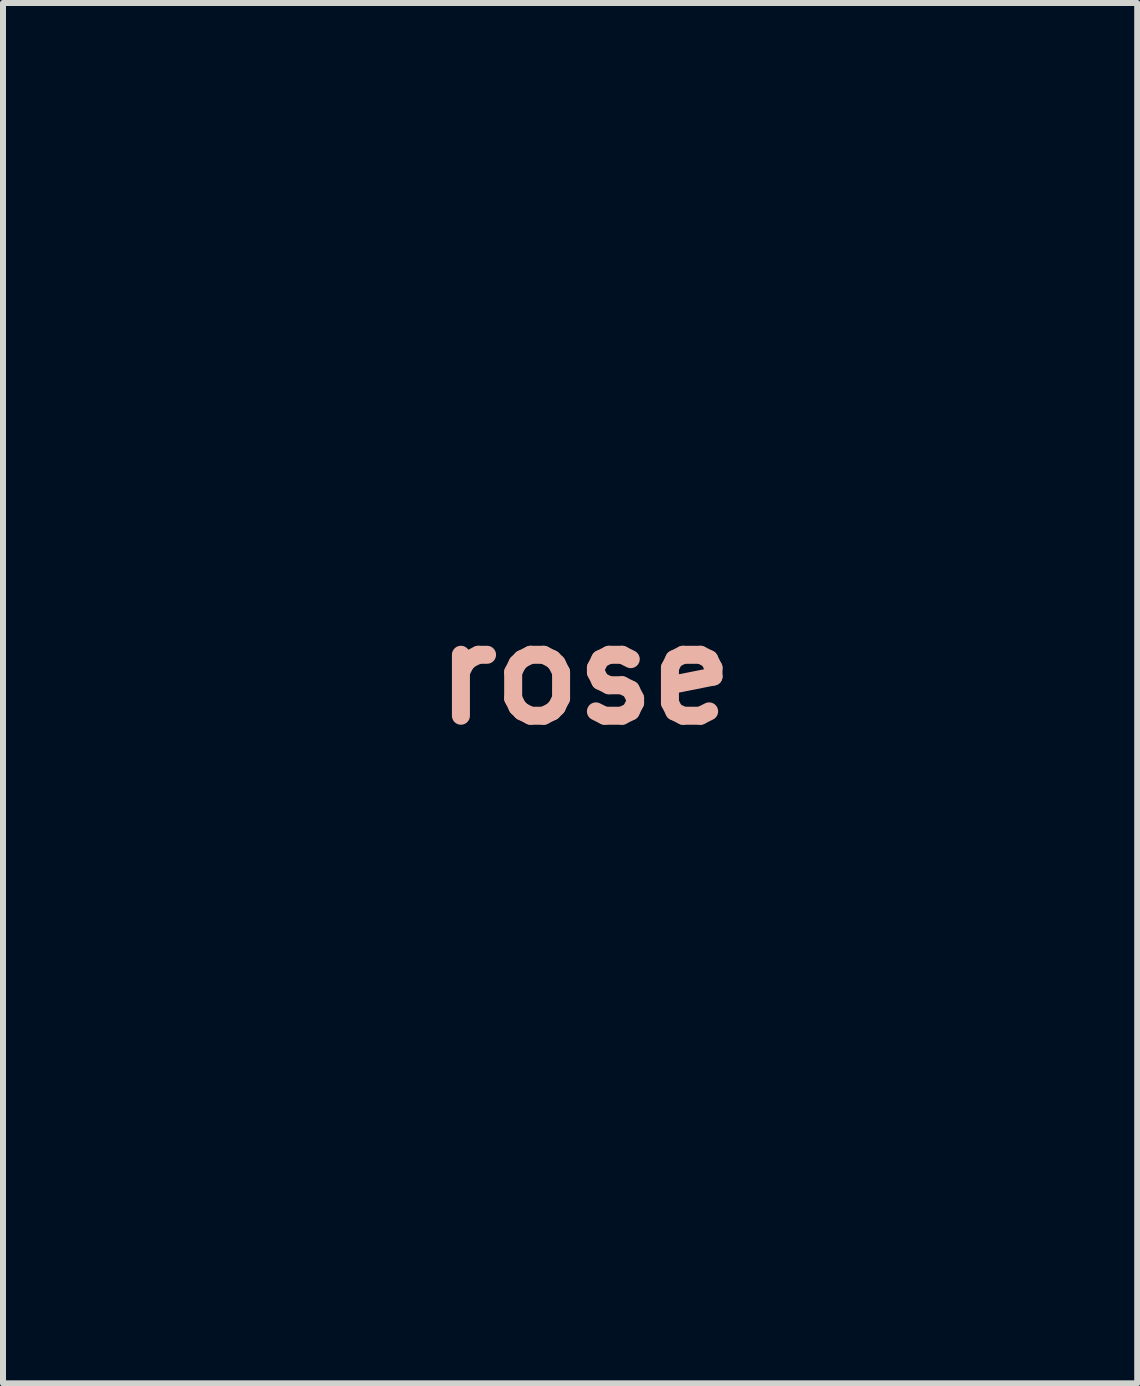
<source format=kicad_pcb>
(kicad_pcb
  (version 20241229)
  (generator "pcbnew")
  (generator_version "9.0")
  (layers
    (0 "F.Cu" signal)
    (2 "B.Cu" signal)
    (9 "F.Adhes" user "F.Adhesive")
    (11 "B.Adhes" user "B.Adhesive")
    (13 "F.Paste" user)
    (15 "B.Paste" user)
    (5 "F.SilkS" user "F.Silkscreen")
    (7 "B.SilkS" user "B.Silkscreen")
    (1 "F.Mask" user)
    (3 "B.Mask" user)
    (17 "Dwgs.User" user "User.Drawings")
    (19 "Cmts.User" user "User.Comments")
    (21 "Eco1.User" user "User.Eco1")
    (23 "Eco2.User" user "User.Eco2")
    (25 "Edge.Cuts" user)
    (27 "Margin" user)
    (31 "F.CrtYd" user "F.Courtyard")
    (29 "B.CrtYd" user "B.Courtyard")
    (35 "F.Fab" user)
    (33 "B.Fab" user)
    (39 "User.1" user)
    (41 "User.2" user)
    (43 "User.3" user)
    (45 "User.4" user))
  (footprint "rose"
    (layer "B.Cu")
    (at 6.7 8.189)
    (property "Reference" "rose" (at 0 0 0) (layer "B.SilkS") (effects (font (size 1.524 1.524) (thickness 0.3))))
    (attr through_hole)
    (fp_poly (pts (xy -2.021 -5.514) (xy -1.797 -5.404) (xy -1.559 -5.276) (xy -0.913 -5) (xy -0.261 -4.878) (xy 0.337 -4.905) (xy 0.588 -4.94) (xy 0.71 -4.941) (xy 0.728 -4.905) (xy 0.7 -4.864) (xy 0.447 -4.669) (xy 0.096 -4.542) (xy -0.302 -4.495) (xy -0.668 -4.534) (xy -0.909 -4.629) (xy -1.183 -4.791) (xy -1.331 -4.903) (xy -1.578 -5.105) (xy -1.82 -5.296) (xy -1.93 -5.378) (xy -2.092 -5.502) (xy -2.12 -5.548) (xy -2.021 -5.514)) (stroke (width 0.01) (type solid)) (fill yes) (layer "B.Mask"))
    (fp_poly (pts (xy -0.375 -8.173) (xy -0.021 -8.124) (xy 0.196 -8.052) (xy 0.367 -7.978) (xy 0.512 -7.979) (xy 0.711 -8.055) (xy 0.719 -8.059) (xy 1.033 -8.139) (xy 1.469 -8.161) (xy 2.001 -8.126) (xy 2.606 -8.034) (xy 3.016 -7.947) (xy 3.566 -7.804) (xy 3.977 -7.656) (xy 4.271 -7.489) (xy 4.468 -7.286) (xy 4.588 -7.033) (xy 4.653 -6.713) (xy 4.654 -6.706) (xy 4.659 -6.273) (xy 4.561 -5.845) (xy 4.349 -5.381) (xy 4.252 -5.213) (xy 4.109 -4.967) (xy 4.045 -4.822) (xy 4.051 -4.746) (xy 4.111 -4.71) (xy 4.592 -4.507) (xy 5.047 -4.231) (xy 5.445 -3.908) (xy 5.755 -3.564) (xy 5.946 -3.225) (xy 5.963 -3.173) (xy 6.015 -2.959) (xy 6 -2.823) (xy 5.906 -2.693) (xy 5.885 -2.671) (xy 5.724 -2.555) (xy 5.465 -2.423) (xy 5.161 -2.303) (xy 5.138 -2.295) (xy 4.855 -2.193) (xy 4.601 -2.078) (xy 4.343 -1.93) (xy 4.046 -1.73) (xy 3.676 -1.457) (xy 3.476 -1.304) (xy 3.191 -1.105) (xy 2.89 -0.927) (xy 2.699 -0.835) (xy 2.419 -0.682) (xy 2.141 -0.474) (xy 2.056 -0.394) (xy 1.844 -0.19) (xy 1.635 -0.015) (xy 1.56 0.039) (xy 1.445 0.13) (xy 1.381 0.241) (xy 1.355 0.42) (xy 1.349 0.689) (xy 1.332 0.977) (xy 1.287 1.365) (xy 1.219 1.799) (xy 1.15 2.161) (xy 1.076 2.529) (xy 1.018 2.834) (xy 0.981 3.047) (xy 0.971 3.138) (xy 0.972 3.139) (xy 1.052 3.128) (xy 1.057 3.126) (xy 1.612 3.126) (xy 1.615 3.155) (xy 1.709 3.191) (xy 1.906 3.212) (xy 2.016 3.215) (xy 2.232 3.203) (xy 2.363 3.174) (xy 2.381 3.155) (xy 2.452 3.117) (xy 2.627 3.097) (xy 2.69 3.096) (xy 2.925 3.067) (xy 3.041 2.988) (xy 3.042 2.984) (xy 3.144 2.89) (xy 3.328 2.819) (xy 3.328 2.819) (xy 3.518 2.752) (xy 3.631 2.668) (xy 3.732 2.569) (xy 3.915 2.437) (xy 3.993 2.388) (xy 4.165 2.27) (xy 4.251 2.183) (xy 4.252 2.162) (xy 4.293 2.109) (xy 4.443 2.017) (xy 4.587 1.945) (xy 4.792 1.834) (xy 5.003 1.696) (xy 5.195 1.551) (xy 5.343 1.421) (xy 5.42 1.327) (xy 5.401 1.29) (xy 5.358 1.298) (xy 5.209 1.337) (xy 4.954 1.402) (xy 4.641 1.482) (xy 4.546 1.505) (xy 4.192 1.596) (xy 3.922 1.675) (xy 3.699 1.761) (xy 3.487 1.872) (xy 3.249 2.029) (xy 2.947 2.248) (xy 2.674 2.452) (xy 2.349 2.689) (xy 2.062 2.887) (xy 1.84 3.028) (xy 1.711 3.093) (xy 1.697 3.096) (xy 1.612 3.126) (xy 1.057 3.126) (xy 1.171 3.089) (xy 1.268 3.036) (xy 1.321 2.943) (xy 1.345 2.769) (xy 1.346 2.682) (xy 1.512 2.682) (xy 1.515 2.89) (xy 1.546 2.972) (xy 1.624 2.958) (xy 1.676 2.932) (xy 1.818 2.84) (xy 2.037 2.678) (xy 2.292 2.48) (xy 2.331 2.448) (xy 3.091 1.936) (xy 3.938 1.554) (xy 4.681 1.344) (xy 5.007 1.27) (xy 5.272 1.204) (xy 5.438 1.154) (xy 5.475 1.137) (xy 5.426 1.119) (xy 5.256 1.116) (xy 5.023 1.126) (xy 4.755 1.139) (xy 4.62 1.127) (xy 4.596 1.087) (xy 4.613 1.06) (xy 4.64 1.001) (xy 4.556 1.003) (xy 4.432 1.035) (xy 4.23 1.092) (xy 4.145 1.104) (xy 4.144 1.072) (xy 4.167 1.032) (xy 4.175 0.964) (xy 4.065 0.967) (xy 3.826 1.038) (xy 3.813 1.043) (xy 3.623 1.092) (xy 3.519 1.064) (xy 3.485 1.023) (xy 3.418 0.967) (xy 3.301 0.986) (xy 3.094 1.087) (xy 3.089 1.089) (xy 2.895 1.188) (xy 2.808 1.209) (xy 2.801 1.157) (xy 2.81 1.129) (xy 2.79 1.105) (xy 2.692 1.185) (xy 2.579 1.303) (xy 2.417 1.474) (xy 2.33 1.53) (xy 2.3 1.481) (xy 2.299 1.462) (xy 2.273 1.408) (xy 2.192 1.489) (xy 2.101 1.627) (xy 1.982 1.805) (xy 1.919 1.849) (xy 1.902 1.786) (xy 1.877 1.716) (xy 1.819 1.766) (xy 1.741 1.904) (xy 1.658 2.099) (xy 1.583 2.318) (xy 1.529 2.529) (xy 1.512 2.682) (xy 1.346 2.682) (xy 1.349 2.498) (xy 1.359 2.241) (xy 1.383 2.068) (xy 1.416 2.016) (xy 1.417 2.017) (xy 1.484 1.975) (xy 1.586 1.823) (xy 1.668 1.664) (xy 1.776 1.456) (xy 1.86 1.33) (xy 1.894 1.312) (xy 1.968 1.284) (xy 2.115 1.17) (xy 2.242 1.053) (xy 2.418 0.895) (xy 2.497 0.858) (xy 2.493 0.913) (xy 2.479 0.991) (xy 2.539 0.968) (xy 2.687 0.838) (xy 2.845 0.704) (xy 2.921 0.682) (xy 2.937 0.737) (xy 2.954 0.809) (xy 3.028 0.803) (xy 3.195 0.715) (xy 3.23 0.695) (xy 3.391 0.612) (xy 3.466 0.598) (xy 3.462 0.62) (xy 3.46 0.677) (xy 3.571 0.686) (xy 3.737 0.664) (xy 3.944 0.64) (xy 4.022 0.66) (xy 4.009 0.714) (xy 3.997 0.779) (xy 4.1 0.777) (xy 4.175 0.761) (xy 4.411 0.703) (xy 4.584 0.661) (xy 4.725 0.659) (xy 4.763 0.707) (xy 4.836 0.76) (xy 5.055 0.755) (xy 5.1 0.75) (xy 5.301 0.727) (xy 5.369 0.738) (xy 5.327 0.793) (xy 5.296 0.819) (xy 5.22 0.9) (xy 5.239 0.961) (xy 5.372 1.01) (xy 5.637 1.057) (xy 5.797 1.079) (xy 6.199 1.133) (xy 5.905 1.31) (xy 5.728 1.437) (xy 5.7 1.513) (xy 5.723 1.527) (xy 5.749 1.572) (xy 5.626 1.623) (xy 5.622 1.625) (xy 5.449 1.704) (xy 5.366 1.793) (xy 5.261 1.886) (xy 5.167 1.905) (xy 5.013 1.942) (xy 4.959 1.988) (xy 4.865 2.075) (xy 4.685 2.205) (xy 4.577 2.274) (xy 4.366 2.413) (xy 4.208 2.531) (xy 4.167 2.568) (xy 3.829 2.858) (xy 3.384 3.1) (xy 2.883 3.278) (xy 2.376 3.372) (xy 1.963 3.371) (xy 1.544 3.356) (xy 1.18 3.405) (xy 1.161 3.41) (xy 0.959 3.481) (xy 0.834 3.58) (xy 0.74 3.758) (xy 0.683 3.909) (xy 0.599 4.117) (xy 0.459 4.433) (xy 0.278 4.823) (xy 0.071 5.254) (xy -0.08 5.563) (xy -0.446 6.324) (xy -0.73 6.971) (xy -0.939 7.521) (xy -1.079 7.992) (xy -1.156 8.394) (xy -1.211 8.811) (xy -1.538 8.799) (xy -1.804 8.783) (xy -2.038 8.76) (xy -2.07 8.755) (xy -2.275 8.723) (xy -2.161 8.38) (xy -1.874 8.38) (xy -1.841 8.468) (xy -1.721 8.553) (xy -1.579 8.599) (xy -1.49 8.582) (xy -1.45 8.484) (xy -1.392 8.271) (xy -1.329 7.983) (xy -1.312 7.896) (xy -1.227 7.549) (xy -1.095 7.156) (xy -0.903 6.689) (xy -0.642 6.119) (xy -0.6 6.032) (xy -0.135 5.032) (xy 0.247 4.145) (xy 0.55 3.352) (xy 0.78 2.636) (xy 0.944 1.979) (xy 1.047 1.364) (xy 1.085 0.972) (xy 1.106 0.625) (xy 1.108 0.407) (xy 1.089 0.29) (xy 1.045 0.243) (xy 1.007 0.238) (xy 0.935 0.267) (xy 0.896 0.375) (xy 0.881 0.595) (xy 0.88 0.734) (xy 0.835 1.294) (xy 0.701 1.968) (xy 0.484 2.738) (xy 0.189 3.59) (xy -0.18 4.507) (xy -0.617 5.476) (xy -0.655 5.556) (xy -0.874 6.024) (xy -1.107 6.541) (xy -1.325 7.042) (xy -1.483 7.422) (xy -1.625 7.771) (xy -1.746 8.069) (xy -1.833 8.283) (xy -1.874 8.38) (xy -2.161 8.38) (xy -2.06 8.072) (xy -1.937 7.735) (xy -1.767 7.313) (xy -1.573 6.861) (xy -1.398 6.477) (xy -1.233 6.125) (xy -1.095 5.828) (xy -0.998 5.614) (xy -0.954 5.51) (xy -0.953 5.505) (xy -1.011 5.473) (xy -1.18 5.541) (xy -1.45 5.705) (xy -1.617 5.819) (xy -2.03 6.071) (xy -2.465 6.252) (xy -2.961 6.373) (xy -3.553 6.442) (xy -3.969 6.464) (xy -4.375 6.481) (xy -4.761 6.502) (xy -5.076 6.524) (xy -5.239 6.54) (xy -5.448 6.557) (xy -5.508 6.537) (xy -5.477 6.508) (xy -5.413 6.45) (xy -5.492 6.431) (xy -5.531 6.431) (xy -5.736 6.458) (xy -5.928 6.514) (xy -6.047 6.554) (xy -6.08 6.549) (xy -6.017 6.483) (xy -5.846 6.346) (xy -5.68 6.218) (xy -5.286 6.218) (xy -5.27 6.243) (xy -5.194 6.262) (xy -5.12 6.278) (xy -4.893 6.302) (xy -4.723 6.288) (xy -4.574 6.267) (xy -4.314 6.246) (xy -3.988 6.228) (xy -3.85 6.223) (xy -3.333 6.201) (xy -2.94 6.17) (xy -2.633 6.123) (xy -2.378 6.055) (xy -2.139 5.962) (xy -2.136 5.96) (xy -1.941 5.861) (xy -1.749 5.746) (xy -1.588 5.635) (xy -1.484 5.547) (xy -1.462 5.503) (xy -1.548 5.521) (xy -1.685 5.544) (xy -1.945 5.567) (xy -2.292 5.585) (xy -2.69 5.597) (xy -2.738 5.598) (xy -3.185 5.609) (xy -3.518 5.629) (xy -3.782 5.665) (xy -4.023 5.724) (xy -4.286 5.812) (xy -4.405 5.857) (xy -4.803 6.007) (xy -5.07 6.111) (xy -5.225 6.177) (xy -5.286 6.218) (xy -5.68 6.218) (xy -5.655 6.199) (xy -5.503 6.07) (xy -5.277 6.07) (xy -5.274 6.085) (xy -5.18 6.058) (xy -4.977 5.983) (xy -4.65 5.855) (xy -4.503 5.797) (xy -3.762 5.57) (xy -2.94 5.439) (xy -2.126 5.411) (xy -1.848 5.412) (xy -1.637 5.399) (xy -1.539 5.375) (xy -1.545 5.283) (xy -1.623 5.117) (xy -1.656 5.063) (xy -1.76 4.914) (xy -1.819 4.856) (xy -1.824 4.864) (xy -1.882 4.868) (xy -2.02 4.797) (xy -2.038 4.786) (xy -2.206 4.703) (xy -2.281 4.738) (xy -2.349 4.784) (xy -2.513 4.744) (xy -2.582 4.717) (xy -2.756 4.651) (xy -2.82 4.653) (xy -2.808 4.719) (xy -2.804 4.79) (xy -2.893 4.794) (xy -3.025 4.76) (xy -3.222 4.726) (xy -3.328 4.754) (xy -3.33 4.756) (xy -3.43 4.816) (xy -3.623 4.873) (xy -3.676 4.884) (xy -3.881 4.947) (xy -3.943 5.028) (xy -3.94 5.039) (xy -3.984 5.127) (xy -4.162 5.215) (xy -4.216 5.232) (xy -4.398 5.306) (xy -4.484 5.379) (xy -4.482 5.401) (xy -4.485 5.472) (xy -4.508 5.477) (xy -4.607 5.526) (xy -4.766 5.65) (xy -4.816 5.695) (xy -5.01 5.864) (xy -5.182 6) (xy -5.205 6.016) (xy -5.277 6.07) (xy -5.503 6.07) (xy -5.449 6.024) (xy -5.337 5.895) (xy -5.329 5.83) (xy -5.436 5.845) (xy -5.45 5.85) (xy -5.549 5.872) (xy -5.542 5.831) (xy -5.456 5.755) (xy -5.315 5.671) (xy -5.241 5.637) (xy -5.089 5.554) (xy -5.037 5.484) (xy -5.039 5.479) (xy -4.997 5.414) (xy -4.848 5.32) (xy -4.763 5.278) (xy -4.581 5.181) (xy -4.488 5.1) (xy -4.486 5.078) (xy -4.447 5.012) (xy -4.304 4.929) (xy -4.285 4.921) (xy -4.122 4.834) (xy -4.048 4.757) (xy -4.048 4.753) (xy -3.979 4.704) (xy -3.813 4.683) (xy -3.81 4.683) (xy -3.643 4.66) (xy -3.572 4.605) (xy -3.572 4.604) (xy -3.503 4.548) (xy -3.336 4.524) (xy -3.329 4.524) (xy -3.167 4.502) (xy -3.137 4.443) (xy -3.137 4.442) (xy -3.123 4.398) (xy -2.985 4.406) (xy -2.713 4.468) (xy -2.59 4.501) (xy -2.487 4.505) (xy -2.499 4.448) (xy -2.472 4.424) (xy -2.34 4.469) (xy -2.231 4.52) (xy -2.011 4.614) (xy -1.911 4.612) (xy -1.905 4.591) (xy -1.863 4.599) (xy -1.753 4.712) (xy -1.603 4.901) (xy -1.3 5.306) (xy -0.981 5.163) (xy -0.688 4.966) (xy -0.559 4.77) (xy -0.497 4.595) (xy -0.483 4.498) (xy -0.485 4.494) (xy -0.651 4.412) (xy -0.926 4.332) (xy -1.262 4.265) (xy -1.61 4.22) (xy -1.873 4.207) (xy -2.226 4.19) (xy -2.521 4.144) (xy -2.672 4.095) (xy -2.875 3.999) (xy -3.148 3.876) (xy -3.314 3.804) (xy -3.539 3.699) (xy -3.691 3.614) (xy -3.731 3.577) (xy -3.792 3.511) (xy -3.947 3.398) (xy -4.043 3.337) (xy -4.22 3.212) (xy -4.315 3.114) (xy -4.32 3.086) (xy -4.359 3.012) (xy -4.496 2.883) (xy -4.64 2.772) (xy -4.828 2.622) (xy -4.941 2.503) (xy -4.957 2.454) (xy -4.976 2.364) (xy -5.012 2.335) (xy -5.067 2.324) (xy -5.048 2.369) (xy -5.043 2.451) (xy -5.075 2.461) (xy -5.152 2.397) (xy -5.159 2.354) (xy -5.228 2.267) (xy -5.401 2.178) (xy -5.474 2.154) (xy -5.685 2.074) (xy -5.824 1.991) (xy -5.843 1.97) (xy -5.848 1.917) (xy -5.787 1.938) (xy -5.75 1.946) (xy -5.821 1.881) (xy -5.976 1.762) (xy -6.085 1.683) (xy -6.181 1.61) (xy -6.146 1.606) (xy -6.092 1.621) (xy -5.976 1.644) (xy -5.981 1.606) (xy -6.114 1.5) (xy -6.271 1.393) (xy -5.874 1.393) (xy -5.816 1.456) (xy -5.666 1.579) (xy -5.536 1.678) (xy -5.376 1.805) (xy -5.311 1.876) (xy -5.338 1.879) (xy -5.465 1.845) (xy -5.455 1.877) (xy -5.315 1.972) (xy -5.049 2.124) (xy -4.923 2.193) (xy -4.674 2.337) (xy -4.503 2.455) (xy -4.436 2.528) (xy -4.441 2.538) (xy -4.422 2.603) (xy -4.299 2.727) (xy -4.132 2.859) (xy -3.934 3.013) (xy -3.807 3.133) (xy -3.779 3.185) (xy -3.728 3.239) (xy -3.568 3.328) (xy -3.399 3.404) (xy -3.188 3.505) (xy -3.064 3.591) (xy -3.051 3.632) (xy -3.019 3.686) (xy -2.869 3.759) (xy -2.636 3.842) (xy -2.358 3.922) (xy -2.071 3.99) (xy -1.812 4.034) (xy -1.671 4.044) (xy -1.318 4.048) (xy -1.701 3.806) (xy -1.927 3.643) (xy -2.219 3.407) (xy -2.53 3.136) (xy -2.688 2.989) (xy -2.975 2.727) (xy -3.252 2.488) (xy -3.481 2.308) (xy -3.578 2.241) (xy -3.729 2.165) (xy -3.977 2.059) (xy -4.291 1.933) (xy -4.641 1.799) (xy -4.996 1.667) (xy -5.328 1.549) (xy -5.605 1.457) (xy -5.797 1.4) (xy -5.873 1.392) (xy -5.874 1.393) (xy -6.271 1.393) (xy -6.324 1.357) (xy -6.451 1.273) (xy -5.755 1.273) (xy -5.12 1.476) (xy -4.44 1.708) (xy -3.874 1.942) (xy -3.379 2.201) (xy -2.912 2.511) (xy -2.431 2.897) (xy -2.042 3.243) (xy -1.782 3.477) (xy -1.562 3.664) (xy -1.41 3.781) (xy -1.357 3.81) (xy -1.286 3.743) (xy -1.241 3.631) (xy -1.194 3.285) (xy -1.244 2.997) (xy -1.263 2.956) (xy -1.341 2.786) (xy -1.43 2.565) (xy -1.434 2.554) (xy -1.513 2.397) (xy -1.579 2.371) (xy -1.588 2.382) (xy -1.658 2.378) (xy -1.776 2.244) (xy -1.851 2.129) (xy -1.972 1.937) (xy -2.034 1.871) (xy -2.059 1.916) (xy -2.063 1.984) (xy -2.073 2.12) (xy -2.108 2.107) (xy -2.156 2.024) (xy -2.296 1.814) (xy -2.442 1.654) (xy -2.563 1.574) (xy -2.62 1.589) (xy -2.715 1.609) (xy -2.864 1.521) (xy -3.093 1.372) (xy -3.279 1.304) (xy -3.393 1.325) (xy -3.413 1.383) (xy -3.435 1.442) (xy -3.522 1.442) (xy -3.704 1.376) (xy -3.845 1.315) (xy -4.097 1.215) (xy -4.221 1.193) (xy -4.234 1.233) (xy -4.234 1.299) (xy -4.332 1.299) (xy -4.457 1.267) (xy -4.66 1.21) (xy -4.744 1.198) (xy -4.746 1.231) (xy -4.721 1.273) (xy -4.76 1.316) (xy -4.952 1.327) (xy -5.212 1.314) (xy -5.755 1.273) (xy -6.451 1.273) (xy -6.695 1.111) (xy -6.046 1.111) (xy -5.748 1.106) (xy -5.522 1.09) (xy -5.406 1.068) (xy -5.397 1.06) (xy -5.453 0.978) (xy -5.536 0.904) (xy -5.61 0.824) (xy -5.545 0.797) (xy -5.337 0.824) (xy -5.14 0.867) (xy -4.941 0.901) (xy -4.855 0.875) (xy -4.842 0.822) (xy -4.805 0.75) (xy -4.703 0.782) (xy -4.536 0.852) (xy -4.304 0.927) (xy -4.26 0.939) (xy -4.067 0.984) (xy -3.992 0.973) (xy -4 0.907) (xy -4 0.831) (xy -3.891 0.83) (xy -3.828 0.843) (xy -3.615 0.907) (xy -3.478 0.963) (xy -3.319 1.027) (xy -3.282 0.994) (xy -3.344 0.898) (xy -3.351 0.86) (xy -3.251 0.905) (xy -3.137 0.977) (xy -2.889 1.131) (xy -2.752 1.182) (xy -2.713 1.132) (xy -2.735 1.052) (xy -2.714 1.026) (xy -2.606 1.099) (xy -2.461 1.23) (xy -2.276 1.397) (xy -2.187 1.445) (xy -2.184 1.389) (xy -2.167 1.353) (xy -2.065 1.428) (xy -1.909 1.587) (xy -1.725 1.773) (xy -1.578 1.895) (xy -1.509 1.926) (xy -1.448 1.985) (xy -1.366 2.156) (xy -1.299 2.343) (xy -1.205 2.597) (xy -1.131 2.697) (xy -1.092 2.68) (xy -1.062 2.702) (xy -1.045 2.861) (xy -1.044 3.135) (xy -1.048 3.241) (xy -1.072 3.903) (xy -0.693 4.048) (xy -0.314 4.193) (xy -0.206 3.982) (xy -0.094 3.728) (xy 0.044 3.367) (xy 0.193 2.944) (xy 0.336 2.505) (xy 0.457 2.095) (xy 0.475 2.03) (xy 0.62 1.411) (xy 0.687 0.927) (xy 0.676 0.574) (xy 0.586 0.348) (xy 0.418 0.246) (xy 0.339 0.239) (xy 0.136 0.264) (xy -0.174 0.341) (xy -0.603 0.474) (xy -1.163 0.666) (xy -1.308 0.718) (xy -1.594 0.805) (xy -1.839 0.833) (xy -2.073 0.791) (xy -2.322 0.67) (xy -2.617 0.457) (xy -2.986 0.142) (xy -3.088 0.05) (xy -3.539 -0.324) (xy -4.026 -0.673) (xy -4.513 -0.976) (xy -4.968 -1.212) (xy -5.357 -1.362) (xy -5.458 -1.387) (xy -5.706 -1.485) (xy -5.811 -1.641) (xy -5.775 -1.847) (xy -5.744 -1.893) (xy -5.318 -1.893) (xy -5.242 -1.764) (xy -5.021 -1.607) (xy -4.665 -1.427) (xy -4.184 -1.23) (xy -4.167 -1.224) (xy -3.941 -1.114) (xy -3.681 -0.937) (xy -3.365 -0.673) (xy -2.97 -0.307) (xy -2.953 -0.29) (xy -2.135 0.494) (xy -1.643 0.457) (xy -1.317 0.413) (xy -1.002 0.339) (xy -0.839 0.282) (xy -0.527 0.145) (xy -1.056 -0.078) (xy -1.788 -0.464) (xy -2.487 -0.978) (xy -3.117 -1.592) (xy -3.644 -2.274) (xy -3.678 -2.326) (xy -3.838 -2.566) (xy -3.967 -2.7) (xy -4.107 -2.736) (xy -4.3 -2.683) (xy -4.586 -2.549) (xy -4.643 -2.521) (xy -4.984 -2.32) (xy -5.214 -2.115) (xy -5.315 -1.926) (xy -5.318 -1.893) (xy -5.744 -1.893) (xy -5.6 -2.099) (xy -5.289 -2.391) (xy -4.992 -2.614) (xy -4.721 -2.796) (xy -4.487 -2.935) (xy -4.33 -3.009) (xy -4.296 -3.016) (xy -4.281 -3.066) (xy -4.375 -3.204) (xy -4.569 -3.417) (xy -4.587 -3.435) (xy -4.856 -3.742) (xy -4.976 -3.965) (xy -4.661 -3.965) (xy -4.595 -3.887) (xy -4.51 -3.862) (xy -3.823 -3.732) (xy -3.274 -3.614) (xy -2.841 -3.501) (xy -2.504 -3.387) (xy -2.243 -3.265) (xy -2.036 -3.129) (xy -1.941 -3.048) (xy -1.851 -2.956) (xy -1.86 -2.943) (xy -1.862 -2.944) (xy -2.061 -3.033) (xy -2.35 -3.132) (xy -2.694 -3.234) (xy -3.057 -3.33) (xy -3.405 -3.41) (xy -3.703 -3.467) (xy -3.917 -3.491) (xy -4.01 -3.478) (xy -3.997 -3.384) (xy -3.886 -3.197) (xy -3.693 -2.936) (xy -3.433 -2.618) (xy -3.119 -2.264) (xy -2.769 -1.891) (xy -2.547 -1.666) (xy -2.156 -1.285) (xy -1.841 -0.999) (xy -1.573 -0.783) (xy -1.322 -0.615) (xy -1.057 -0.471) (xy -1.029 -0.458) (xy -0.464 -0.209) (xy 0.019 -0.069) (xy 0.453 -0.033) (xy 0.869 -0.098) (xy 1.222 -0.226) (xy 1.573 -0.421) (xy 1.875 -0.663) (xy 2.093 -0.917) (xy 2.184 -1.118) (xy 2.199 -1.353) (xy 2.113 -1.533) (xy 1.909 -1.676) (xy 1.569 -1.798) (xy 1.432 -1.835) (xy 1.021 -1.97) (xy 2.208 -1.97) (xy 2.374 -1.854) (xy 2.497 -1.704) (xy 2.54 -1.463) (xy 2.54 -1.424) (xy 2.554 -1.204) (xy 2.614 -1.125) (xy 2.747 -1.173) (xy 2.86 -1.245) (xy 3.015 -1.362) (xy 3.243 -1.547) (xy 3.498 -1.762) (xy 3.532 -1.791) (xy 4.176 -2.297) (xy 4.769 -2.654) (xy 5.171 -2.822) (xy 5.418 -2.922) (xy 5.535 -3.024) (xy 5.556 -3.107) (xy 5.495 -3.279) (xy 5.33 -3.501) (xy 5.092 -3.748) (xy 4.811 -3.995) (xy 4.516 -4.217) (xy 4.238 -4.391) (xy 4.006 -4.492) (xy 3.858 -4.499) (xy 3.755 -4.407) (xy 3.599 -4.207) (xy 3.41 -3.93) (xy 3.208 -3.609) (xy 3.014 -3.274) (xy 2.849 -2.958) (xy 2.796 -2.847) (xy 2.652 -2.557) (xy 2.503 -2.304) (xy 2.383 -2.145) (xy 2.208 -1.97) (xy 1.021 -1.97) (xy 0.755 -2.057) (xy 0.02 -2.395) (xy -0.679 -2.794) (xy -0.314 -2.794) (xy -0.116 -2.664) (xy 0.144 -2.521) (xy 0.48 -2.373) (xy 0.844 -2.236) (xy 1.185 -2.13) (xy 1.454 -2.072) (xy 1.527 -2.066) (xy 1.707 -2.077) (xy 1.825 -2.137) (xy 1.93 -2.284) (xy 2.012 -2.441) (xy 2.218 -2.989) (xy 2.268 -3.508) (xy 2.175 -3.97) (xy 2.036 -4.356) (xy 1.831 -4.213) (xy 1.674 -4.119) (xy 1.414 -3.98) (xy 1.093 -3.817) (xy 0.867 -3.707) (xy 0.411 -3.471) (xy 0.093 -3.262) (xy -0.104 -3.069) (xy -0.314 -2.794) (xy -0.679 -2.794) (xy -0.786 -2.854) (xy -1.009 -2.999) (xy -0.476 -2.999) (xy -0.426 -3.003) (xy -0.292 -3.101) (xy -0.101 -3.273) (xy -0.06 -3.313) (xy 0.217 -3.55) (xy 0.578 -3.81) (xy 0.965 -4.05) (xy 1.072 -4.11) (xy 1.49 -4.357) (xy 1.789 -4.597) (xy 2.001 -4.869) (xy 2.158 -5.214) (xy 2.27 -5.58) (xy 2.356 -5.956) (xy 2.377 -6.218) (xy 2.328 -6.399) (xy 2.204 -6.535) (xy 2.127 -6.586) (xy 1.911 -6.677) (xy 1.763 -6.664) (xy 1.71 -6.558) (xy 1.757 -6.41) (xy 1.8 -6.239) (xy 1.815 -5.984) (xy 1.808 -5.827) (xy 1.748 -5.5) (xy 1.613 -5.193) (xy 1.386 -4.881) (xy 1.049 -4.538) (xy 0.712 -4.245) (xy 0.322 -3.906) (xy -0.009 -3.594) (xy -0.264 -3.325) (xy -0.425 -3.119) (xy -0.476 -2.999) (xy -1.009 -2.999) (xy -1.351 -3.22) (xy -1.716 -3.461) (xy -2.066 -3.681) (xy -2.364 -3.859) (xy -2.573 -3.972) (xy -2.596 -3.983) (xy -2.874 -4.07) (xy -3.243 -4.137) (xy -3.645 -4.178) (xy -4.026 -4.189) (xy -4.328 -4.164) (xy -4.4 -4.148) (xy -4.593 -4.061) (xy -4.661 -3.965) (xy -4.976 -3.965) (xy -4.984 -3.982) (xy -4.97 -4.163) (xy -4.81 -4.296) (xy -4.504 -4.39) (xy -4.38 -4.412) (xy -4.057 -4.464) (xy -4.219 -4.683) (xy -4.354 -4.99) (xy -4.355 -5.009) (xy -4.09 -5.009) (xy -4.089 -5.005) (xy -3.949 -4.715) (xy -3.68 -4.511) (xy -3.294 -4.401) (xy -3.028 -4.355) (xy -2.807 -4.303) (xy -2.738 -4.28) (xy -2.555 -4.222) (xy -2.482 -4.261) (xy -2.494 -4.42) (xy -2.504 -4.465) (xy -2.58 -4.724) (xy -2.67 -4.94) (xy -2.751 -5.158) (xy -2.817 -5.435) (xy -2.825 -5.482) (xy -2.519 -5.482) (xy -2.479 -5.223) (xy -2.38 -4.86) (xy -2.253 -4.471) (xy -2.161 -4.233) (xy -2.053 -4.075) (xy -1.884 -3.949) (xy -1.647 -3.826) (xy -1.593 -3.856) (xy -1.583 -3.997) (xy -1.611 -4.208) (xy -1.672 -4.448) (xy -1.759 -4.676) (xy -1.775 -4.709) (xy -1.884 -4.949) (xy -1.902 -5.058) (xy -1.831 -5.037) (xy -1.672 -4.884) (xy -1.594 -4.797) (xy -1.447 -4.614) (xy -1.383 -4.461) (xy -1.381 -4.265) (xy -1.399 -4.108) (xy -1.425 -3.864) (xy -1.402 -3.711) (xy -1.304 -3.582) (xy -1.143 -3.439) (xy -0.959 -3.29) (xy -0.828 -3.194) (xy -0.792 -3.176) (xy -0.716 -3.224) (xy -0.555 -3.351) (xy -0.342 -3.531) (xy -0.317 -3.552) (xy 0.231 -4.048) (xy 0.701 -4.512) (xy 1.082 -4.931) (xy 1.363 -5.294) (xy 1.535 -5.588) (xy 1.587 -5.785) (xy 1.521 -5.79) (xy 1.342 -5.738) (xy 1.083 -5.641) (xy 0.938 -5.58) (xy 0.626 -5.449) (xy 0.39 -5.368) (xy 0.175 -5.329) (xy -0.079 -5.321) (xy -0.428 -5.334) (xy -0.471 -5.337) (xy -0.862 -5.363) (xy -1.154 -5.406) (xy -1.405 -5.48) (xy -1.676 -5.597) (xy -1.766 -5.641) (xy -2.042 -5.775) (xy -2.214 -5.842) (xy -2.321 -5.85) (xy -2.4 -5.807) (xy -2.437 -5.773) (xy -2.504 -5.658) (xy -2.519 -5.482) (xy -2.825 -5.482) (xy -2.83 -5.514) (xy -2.843 -5.824) (xy -2.808 -5.911) (xy -1.552 -5.911) (xy -1.489 -5.826) (xy -1.294 -5.727) (xy -1.212 -5.697) (xy -0.898 -5.599) (xy -0.709 -5.564) (xy -0.625 -5.593) (xy -0.625 -5.691) (xy -0.654 -5.78) (xy -0.711 -6.061) (xy -0.702 -6.089) (xy -0.457 -6.089) (xy -0.454 -5.856) (xy -0.352 -5.681) (xy -0.196 -5.6) (xy 0.033 -5.559) (xy 0.279 -5.556) (xy 0.488 -5.592) (xy 0.603 -5.669) (xy 0.607 -5.676) (xy 0.598 -5.823) (xy 0.511 -5.968) (xy 0.393 -6.032) (xy 0.291 -5.982) (xy 0.204 -5.908) (xy 0.109 -5.841) (xy 0.079 -5.864) (xy 0.148 -5.984) (xy 0.318 -6.099) (xy 0.533 -6.176) (xy 0.662 -6.191) (xy 0.82 -6.175) (xy 0.868 -6.093) (xy 0.856 -5.952) (xy 0.845 -5.789) (xy 0.896 -5.744) (xy 0.986 -5.764) (xy 1.293 -5.886) (xy 1.5 -6.025) (xy 1.589 -6.163) (xy 1.544 -6.284) (xy 1.508 -6.31) (xy 1.447 -6.42) (xy 1.429 -6.553) (xy 1.42 -6.658) (xy 1.371 -6.713) (xy 1.243 -6.729) (xy 1.002 -6.718) (xy 0.933 -6.714) (xy 0.464 -6.645) (xy 0.042 -6.513) (xy -0.284 -6.334) (xy -0.337 -6.29) (xy -0.457 -6.089) (xy -0.702 -6.089) (xy -0.639 -6.294) (xy -0.427 -6.503) (xy -0.225 -6.628) (xy -0.001 -6.756) (xy 0.096 -6.835) (xy 0.087 -6.887) (xy 0.035 -6.913) (xy -0.282 -6.978) (xy -0.624 -6.953) (xy -0.941 -6.852) (xy -1.185 -6.688) (xy -1.283 -6.552) (xy -1.331 -6.395) (xy -1.286 -6.265) (xy -1.184 -6.143) (xy -0.992 -5.939) (xy -1.262 -5.966) (xy -1.477 -5.963) (xy -1.552 -5.911) (xy -2.808 -5.911) (xy -2.768 -6.01) (xy -2.588 -6.089) (xy -2.299 -6.079) (xy -2.059 -6.065) (xy -1.886 -6.113) (xy -1.747 -6.248) (xy -1.608 -6.497) (xy -1.525 -6.681) (xy -1.348 -6.998) (xy -1.125 -7.198) (xy -1.017 -7.236) (xy 0.397 -7.236) (xy 0.465 -7.143) (xy 0.645 -7.105) (xy 0.897 -7.12) (xy 1.184 -7.191) (xy 1.261 -7.219) (xy 1.779 -7.366) (xy 2.256 -7.37) (xy 2.728 -7.23) (xy 3.004 -7.086) (xy 3.243 -6.931) (xy 3.382 -6.816) (xy 3.416 -6.753) (xy 3.337 -6.758) (xy 3.14 -6.843) (xy 3.109 -6.859) (xy 2.913 -6.938) (xy 2.678 -7.004) (xy 2.453 -7.046) (xy 2.286 -7.056) (xy 2.223 -7.026) (xy 2.269 -6.933) (xy 2.385 -6.776) (xy 2.418 -6.736) (xy 2.592 -6.476) (xy 2.666 -6.204) (xy 2.642 -5.886) (xy 2.521 -5.487) (xy 2.469 -5.353) (xy 2.317 -4.941) (xy 2.243 -4.632) (xy 2.243 -4.389) (xy 2.311 -4.178) (xy 2.333 -4.137) (xy 2.438 -3.947) (xy 2.494 -4.172) (xy 2.561 -4.339) (xy 2.69 -4.595) (xy 2.86 -4.895) (xy 2.942 -5.032) (xy 3.119 -5.343) (xy 3.253 -5.622) (xy 3.326 -5.83) (xy 3.334 -5.886) (xy 3.361 -6.068) (xy 3.425 -6.153) (xy 3.499 -6.115) (xy 3.524 -6.065) (xy 3.576 -5.788) (xy 3.515 -5.489) (xy 3.334 -5.14) (xy 3.223 -4.975) (xy 2.925 -4.518) (xy 2.723 -4.107) (xy 2.594 -3.686) (xy 2.535 -3.365) (xy 2.49 -3.081) (xy 2.445 -2.843) (xy 2.418 -2.73) (xy 2.433 -2.739) (xy 2.508 -2.869) (xy 2.632 -3.099) (xy 2.793 -3.407) (xy 2.836 -3.493) (xy 3.058 -3.911) (xy 3.302 -4.346) (xy 3.537 -4.741) (xy 3.703 -5.001) (xy 3.998 -5.454) (xy 4.202 -5.816) (xy 4.323 -6.117) (xy 4.373 -6.39) (xy 4.359 -6.666) (xy 4.29 -6.976) (xy 4.285 -6.993) (xy 4.201 -7.218) (xy 4.073 -7.379) (xy 3.87 -7.496) (xy 3.562 -7.589) (xy 3.254 -7.652) (xy 2.881 -7.724) (xy 2.509 -7.799) (xy 2.21 -7.863) (xy 2.17 -7.872) (xy 1.728 -7.917) (xy 1.286 -7.866) (xy 0.893 -7.729) (xy 0.62 -7.538) (xy 0.477 -7.377) (xy 0.401 -7.255) (xy 0.397 -7.236) (xy -1.017 -7.236) (xy -0.821 -7.303) (xy -0.429 -7.333) (xy -0.168 -7.341) (xy 0.015 -7.358) (xy 0.08 -7.379) (xy 0.1 -7.481) (xy 0.128 -7.595) (xy 0.137 -7.7) (xy 0.073 -7.775) (xy -0.096 -7.846) (xy -0.245 -7.892) (xy -0.549 -7.965) (xy -0.848 -8.01) (xy -0.969 -8.017) (xy -1.423 -7.942) (xy -1.893 -7.726) (xy -2.358 -7.383) (xy -2.798 -6.926) (xy -2.936 -6.749) (xy -3.164 -6.458) (xy -3.401 -6.178) (xy -3.599 -5.966) (xy -3.612 -5.953) (xy -3.919 -5.607) (xy -4.077 -5.295) (xy -4.09 -5.009) (xy -4.355 -5.009) (xy -4.365 -5.348) (xy -4.253 -5.702) (xy -4.124 -5.891) (xy -3.9 -6.156) (xy -3.608 -6.471) (xy -3.274 -6.813) (xy -2.922 -7.154) (xy -2.58 -7.471) (xy -2.273 -7.737) (xy -2.026 -7.928) (xy -1.9 -8.005) (xy -1.603 -8.099) (xy -1.216 -8.159) (xy -0.79 -8.184) (xy -0.375 -8.173)) (stroke (width 0.01) (type solid)) (fill yes) (layer "B.Mask")))
  (gr_rect
    (start -3 -3)
    (end 15.903 20.005)
    (stroke (width 0.1) (type default))
    (fill no)
    (layer "Edge.Cuts")))
</source>
